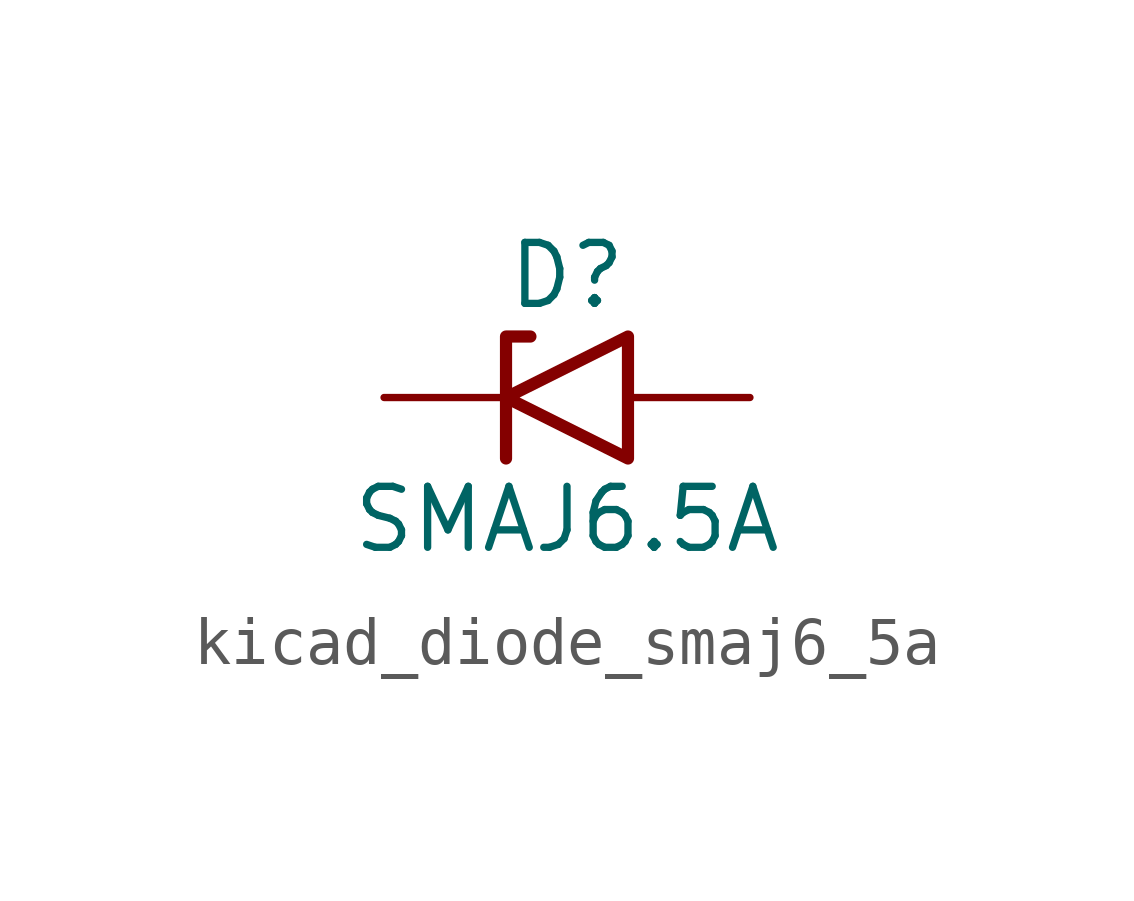
<source format=kicad_sym>
(kicad_symbol_lib
  (version 20220914)
  (generator kicad_symbol_editor)
  (symbol "kicad_diode_smaj6_5a"
    (pin_numbers hide)
    (pin_names
      (offset 1.016) hide)
    (property "Reference" "D"
      (at 0 2.54 0)
      (effects (font (size 1.27 1.27))))
    (property "Value" "SMAJ6.5A"
      (at 0 -2.54 0)
      (effects (font (size 1.27 1.27))))
    (symbol "kicad_diode_smaj6_5a_0_1"
      (polyline (pts (xy -0.762 1.27) (xy -1.27 1.27) (xy -1.27 -1.27)) (stroke (width 0.254) (type default)) (fill (type none)))
      (polyline (pts (xy 1.27 1.27) (xy 1.27 -1.27) (xy -1.27 0) (xy 1.27 1.27)) (stroke (width 0.254) (type default)) (fill (type none))))
    (symbol "kicad_diode_smaj6_5a_1_1"
      (pin passive line (at -3.81 0 0) (length 2.54) (name "A1" (effects (font (size 1.27 1.27)))) (number "1" (effects (font (size 1.27 1.27)))))
      (pin passive line (at 3.81 0 180) (length 2.54) (name "A2" (effects (font (size 1.27 1.27)))) (number "2" (effects (font (size 1.27 1.27))))))))
</source>
